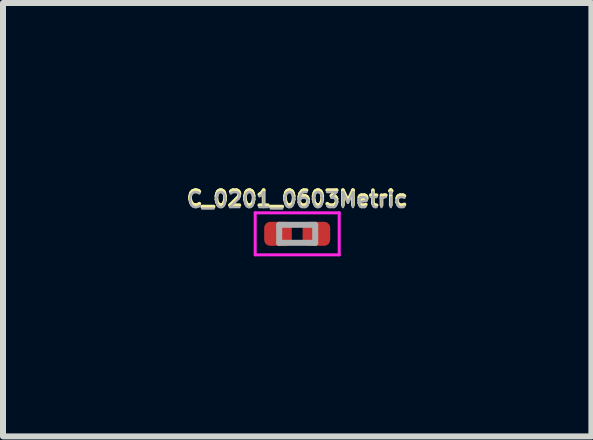
<source format=kicad_pcb>
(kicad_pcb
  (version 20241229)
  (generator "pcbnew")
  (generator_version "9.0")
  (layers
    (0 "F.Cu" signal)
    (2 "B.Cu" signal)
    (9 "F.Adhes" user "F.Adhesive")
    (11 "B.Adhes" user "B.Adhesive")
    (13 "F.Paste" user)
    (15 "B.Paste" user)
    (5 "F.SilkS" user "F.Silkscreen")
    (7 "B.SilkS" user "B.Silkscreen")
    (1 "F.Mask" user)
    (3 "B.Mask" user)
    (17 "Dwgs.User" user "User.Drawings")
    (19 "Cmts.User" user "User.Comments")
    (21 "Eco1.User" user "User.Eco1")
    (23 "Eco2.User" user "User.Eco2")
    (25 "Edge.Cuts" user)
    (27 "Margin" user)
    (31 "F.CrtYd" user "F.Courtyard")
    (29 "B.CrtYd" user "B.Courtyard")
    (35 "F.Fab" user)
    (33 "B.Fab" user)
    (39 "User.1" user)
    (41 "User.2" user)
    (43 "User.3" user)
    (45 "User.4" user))
  (footprint "C_0201_0603Metric"
    (layer "F.Cu")
    (at 1.902 0.846)
    (property "Reference" "C_0201_0603Metric" (at 0 -0.59 0) (layer "F.SilkS") (effects (font (size 0.25 0.25) (thickness 0.062))))
    (attr smd)
    (fp_line (start -0.7 -0.35) (end 0.7 -0.35) (stroke (width 0.05) (type solid)) (layer "F.CrtYd"))
    (fp_line (start -0.7 0.35) (end -0.7 -0.35) (stroke (width 0.05) (type solid)) (layer "F.CrtYd"))
    (fp_line (start 0.7 -0.35) (end 0.7 0.35) (stroke (width 0.05) (type solid)) (layer "F.CrtYd"))
    (fp_line (start 0.7 0.35) (end -0.7 0.35) (stroke (width 0.05) (type solid)) (layer "F.CrtYd"))
    (fp_line (start -0.3 -0.15) (end 0.3 -0.15) (stroke (width 0.1) (type solid)) (layer "F.Fab"))
    (fp_line (start -0.3 0.15) (end -0.3 -0.15) (stroke (width 0.1) (type solid)) (layer "F.Fab"))
    (fp_line (start 0.3 -0.15) (end 0.3 0.15) (stroke (width 0.1) (type solid)) (layer "F.Fab"))
    (fp_line (start 0.3 0.15) (end -0.3 0.15) (stroke (width 0.1) (type solid)) (layer "F.Fab"))
    (fp_text user "${REFERENCE}" (at 0 -0.559 0) (layer "F.Fab") (effects (font (size 0.25 0.25) (thickness 0.04))))
    (pad "" smd roundrect (at -0.345 0) (size 0.318 0.36) (layers "F.Paste") (roundrect_rratio 0.25))
    (pad "" smd roundrect (at 0.345 0) (size 0.318 0.36) (layers "F.Paste") (roundrect_rratio 0.25))
    (pad "1" smd roundrect (at -0.32 0) (size 0.46 0.4) (layers "F.Cu" "F.Mask") (roundrect_rratio 0.25))
    (pad "2" smd roundrect (at 0.32 0) (size 0.46 0.4) (layers "F.Cu" "F.Mask") (roundrect_rratio 0.25)))
  (gr_rect
    (start -3 -3)
    (end 6.804 4.221)
    (stroke (width 0.1) (type default))
    (fill no)
    (layer "Edge.Cuts")))
</source>
